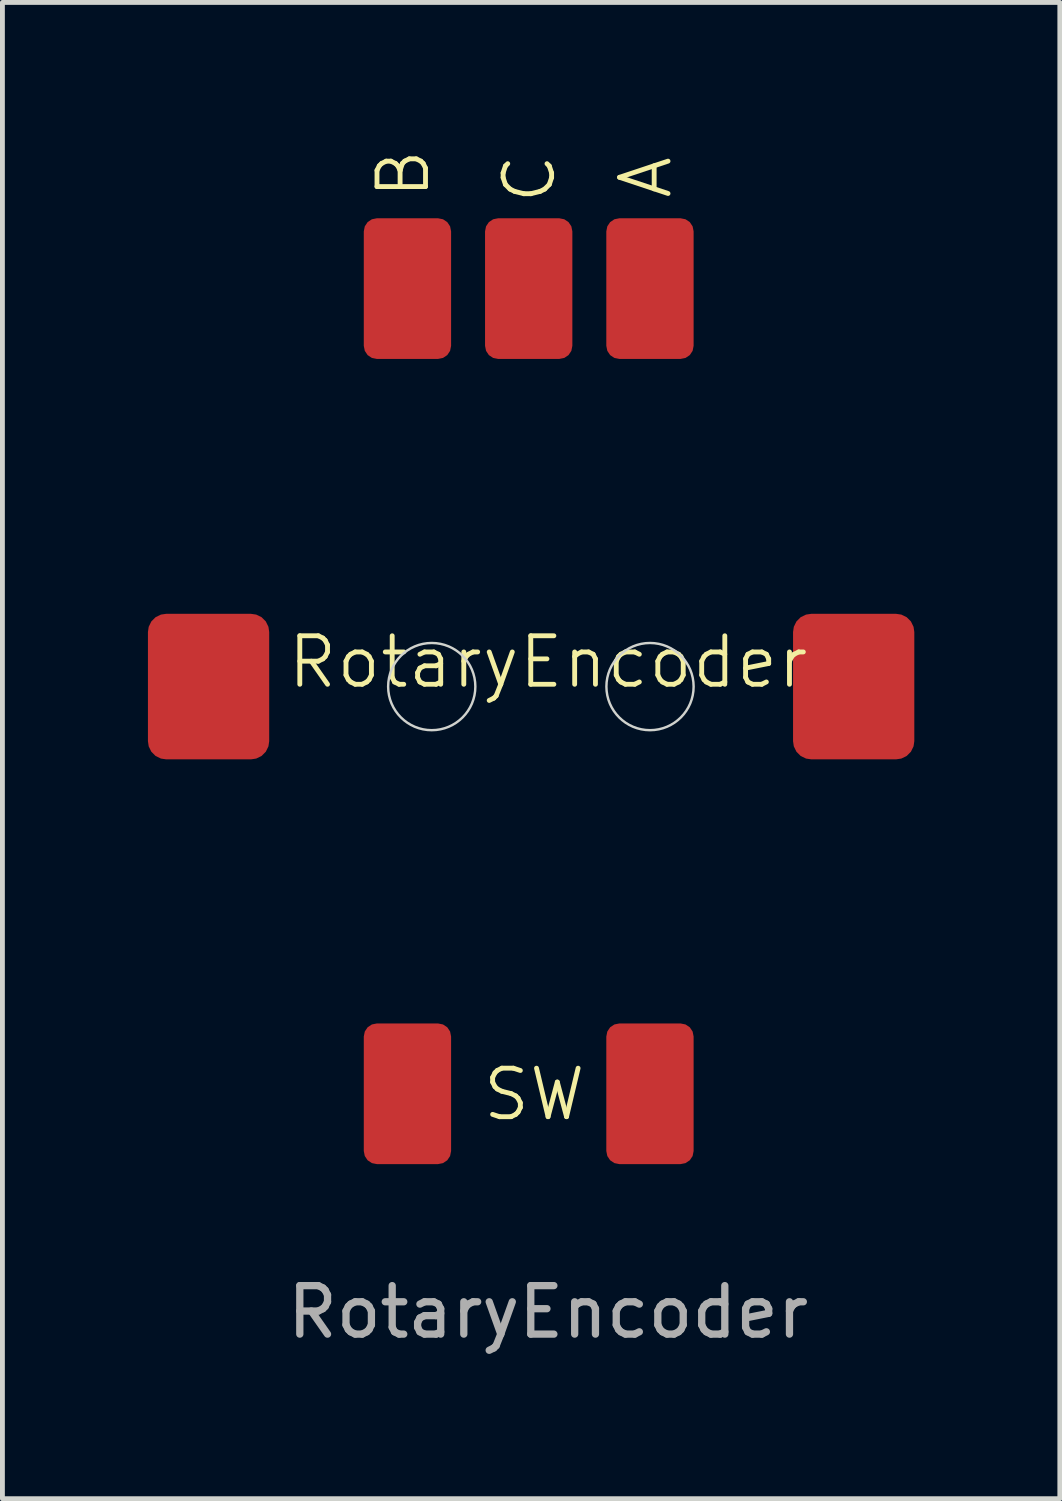
<source format=kicad_pcb>
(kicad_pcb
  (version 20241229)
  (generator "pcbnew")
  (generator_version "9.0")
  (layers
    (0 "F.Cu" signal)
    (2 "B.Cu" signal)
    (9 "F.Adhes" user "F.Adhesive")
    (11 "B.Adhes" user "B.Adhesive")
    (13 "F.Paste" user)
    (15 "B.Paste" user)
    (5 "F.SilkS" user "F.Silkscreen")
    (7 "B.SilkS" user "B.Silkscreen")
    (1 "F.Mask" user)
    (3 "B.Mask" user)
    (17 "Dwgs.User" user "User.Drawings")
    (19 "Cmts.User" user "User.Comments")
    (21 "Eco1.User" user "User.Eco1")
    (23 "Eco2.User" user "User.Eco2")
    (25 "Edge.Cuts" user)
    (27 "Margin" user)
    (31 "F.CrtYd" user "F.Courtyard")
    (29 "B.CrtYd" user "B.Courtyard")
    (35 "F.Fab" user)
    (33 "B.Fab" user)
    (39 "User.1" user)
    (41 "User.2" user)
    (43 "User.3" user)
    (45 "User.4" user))
  (footprint "RotaryEncoder"
    (layer "F.Cu")
    (at 8.25 11.1)
    (property "Reference" "RotaryEncoder" (at 0 -0.5 0) (unlocked yes) (layer "F.SilkS") (effects (font (size 1 1) (thickness 0.1))))
    (attr smd)
    (fp_circle (center -2.399 0.005) (end -1.5 0) (stroke (width 0.05) (type default)) (fill no) (layer "Edge.Cuts"))
    (fp_circle (center 2.101 0.005) (end 3 0) (stroke (width 0.05) (type default)) (fill no) (layer "Edge.Cuts"))
    (fp_text user "SW" (at -1.4 9 0) (unlocked yes) (layer "F.SilkS") (effects (font (size 1 1) (thickness 0.1)) (justify left bottom)))
    (fp_text user "B" (at -2.4 -10 90) (unlocked yes) (layer "F.SilkS") (effects (font (size 1 1) (thickness 0.1)) (justify left bottom)))
    (fp_text user "A" (at 2.6 -10 90) (unlocked yes) (layer "F.SilkS") (effects (font (size 1 1) (thickness 0.1)) (justify left bottom)))
    (fp_text user "C" (at 0.2 -9.9 90) (unlocked yes) (layer "F.SilkS") (effects (font (size 1 1) (thickness 0.1)) (justify left bottom)))
    (fp_text user "${REFERENCE}" (at 0 12.9 0) (unlocked yes) (layer "F.Fab") (effects (font (size 1 1) (thickness 0.15))))
    (pad "A" smd roundrect (at 2.1 -8.2) (size 1.8 2.9) (layers "F.Cu" "F.Mask" "F.Paste") (roundrect_rratio 0.15))
    (pad "B" smd roundrect (at -2.9 -8.2) (size 1.8 2.9) (layers "F.Cu" "F.Mask" "F.Paste") (roundrect_rratio 0.15))
    (pad "C" smd roundrect (at -0.4 -8.2) (size 1.8 2.9) (layers "F.Cu" "F.Mask" "F.Paste") (roundrect_rratio 0.15))
    (pad "S1" smd roundrect (at -2.9 8.4) (size 1.8 2.9) (layers "F.Cu" "F.Mask" "F.Paste") (roundrect_rratio 0.15))
    (pad "S2" smd roundrect (at 2.1 8.4) (size 1.8 2.9) (layers "F.Cu" "F.Mask" "F.Paste") (roundrect_rratio 0.15))
    (pad "X" smd roundrect (at -7 0.005) (size 2.5 3) (layers "F.Cu" "F.Mask" "F.Paste") (roundrect_rratio 0.15))
    (pad "Y" smd roundrect (at 6.3 0.005) (size 2.5 3) (layers "F.Cu" "F.Mask" "F.Paste") (roundrect_rratio 0.15)))
  (gr_rect
    (start -3 -3)
    (end 18.8 27.848)
    (stroke (width 0.1) (type default))
    (fill no)
    (layer "Edge.Cuts")))
</source>
